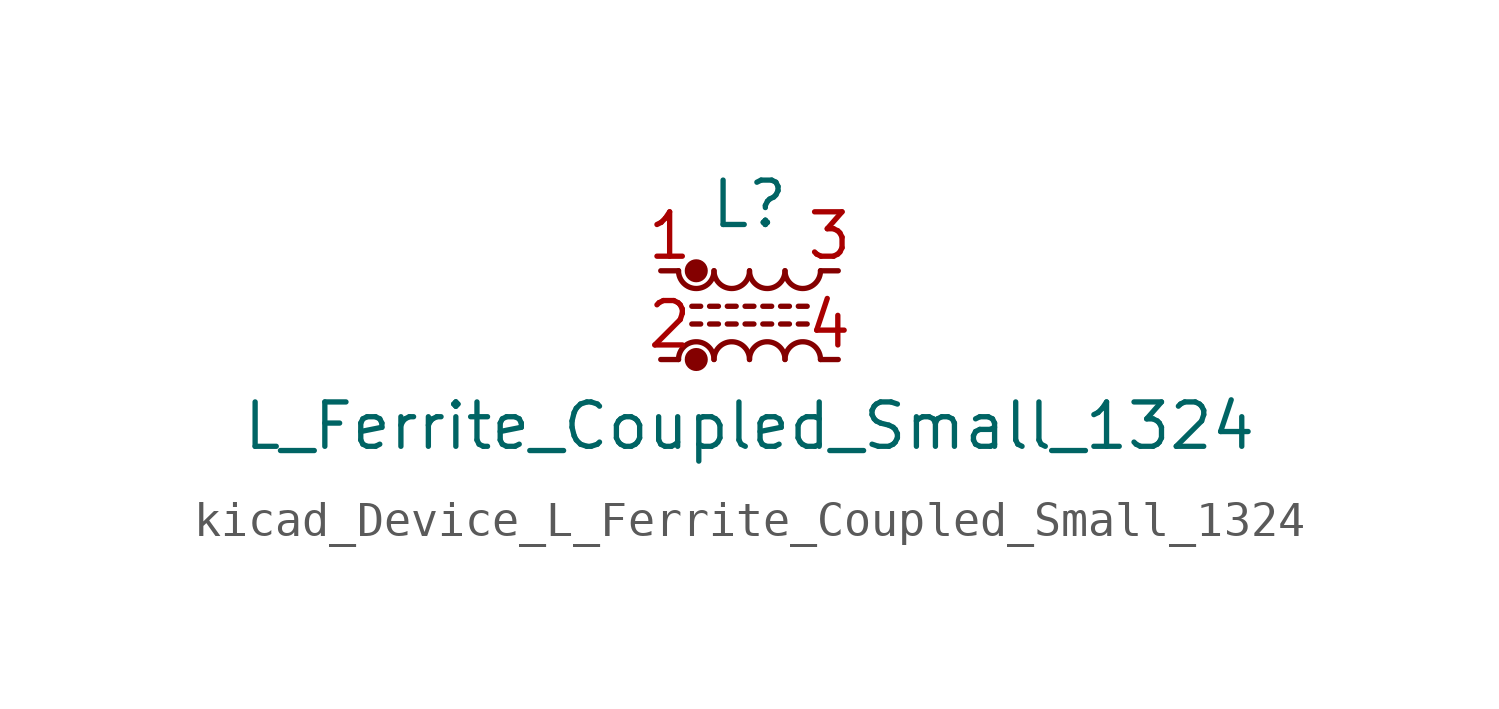
<source format=kicad_sym>
(kicad_symbol_lib
  (version 20220914)
  (generator kicad_symbol_editor)
  (symbol "kicad_Device_L_Ferrite_Coupled_Small_1324"
    (pin_names
      (offset 0.254) hide)
    (property "Reference" "L"
      (at 0 3.175 0)
      (effects (font (size 1.27 1.27))))
    (property "Value" "L_Ferrite_Coupled_Small_1324"
      (at 0 -3.175 0)
      (effects (font (size 1.27 1.27))))
    (symbol "kicad_Device_L_Ferrite_Coupled_Small_1324_0_1"
      (arc (start -2.032 1.27) (mid -1.524 0.7642) (end -1.016 1.27) (stroke (width 0) (type default)) (fill (type none)))
      (circle (center -1.524 -1.27) (radius 0.254) (stroke (width 0) (type default)) (fill (type outline)))
      (circle (center -1.524 1.27) (radius 0.254) (stroke (width 0) (type default)) (fill (type outline)))
      (arc (start -1.016 -1.27) (mid -1.524 -0.7642) (end -2.032 -1.27) (stroke (width 0) (type default)) (fill (type none)))
      (arc (start -1.016 1.27) (mid -0.508 0.7642) (end 0 1.27) (stroke (width 0) (type default)) (fill (type none)))
      (arc (start 0 -1.27) (mid -0.508 -0.7642) (end -1.016 -1.27) (stroke (width 0) (type default)) (fill (type none)))
      (polyline (pts (xy -1.651 0.254) (xy -1.397 0.254)) (stroke (width 0) (type default)) (fill (type none)))
      (polyline (pts (xy -1.397 -0.254) (xy -1.651 -0.254)) (stroke (width 0) (type default)) (fill (type none)))
      (polyline (pts (xy -1.143 0.254) (xy -0.889 0.254)) (stroke (width 0) (type default)) (fill (type none)))
      (polyline (pts (xy -0.889 -0.254) (xy -1.143 -0.254)) (stroke (width 0) (type default)) (fill (type none)))
      (polyline (pts (xy -0.635 0.254) (xy -0.381 0.254)) (stroke (width 0) (type default)) (fill (type none)))
      (polyline (pts (xy -0.381 -0.254) (xy -0.635 -0.254)) (stroke (width 0) (type default)) (fill (type none)))
      (polyline (pts (xy -0.127 0.254) (xy 0.127 0.254)) (stroke (width 0) (type default)) (fill (type none)))
      (polyline (pts (xy 0.127 -0.254) (xy -0.127 -0.254)) (stroke (width 0) (type default)) (fill (type none)))
      (polyline (pts (xy 0.381 0.254) (xy 0.635 0.254)) (stroke (width 0) (type default)) (fill (type none)))
      (polyline (pts (xy 0.635 -0.254) (xy 0.381 -0.254)) (stroke (width 0) (type default)) (fill (type none)))
      (polyline (pts (xy 0.889 0.254) (xy 1.143 0.254)) (stroke (width 0) (type default)) (fill (type none)))
      (polyline (pts (xy 1.143 -0.254) (xy 0.889 -0.254)) (stroke (width 0) (type default)) (fill (type none)))
      (polyline (pts (xy 1.397 0.254) (xy 1.651 0.254)) (stroke (width 0) (type default)) (fill (type none)))
      (polyline (pts (xy 1.651 -0.254) (xy 1.397 -0.254)) (stroke (width 0) (type default)) (fill (type none)))
      (arc (start 0 1.27) (mid 0.508 0.7642) (end 1.016 1.27) (stroke (width 0) (type default)) (fill (type none)))
      (arc (start 1.016 -1.27) (mid 0.508 -0.7642) (end 0 -1.27) (stroke (width 0) (type default)) (fill (type none)))
      (arc (start 1.016 1.27) (mid 1.524 0.7642) (end 2.032 1.27) (stroke (width 0) (type default)) (fill (type none)))
      (arc (start 2.032 -1.27) (mid 1.524 -0.7642) (end 1.016 -1.27) (stroke (width 0) (type default)) (fill (type none))))
    (symbol "kicad_Device_L_Ferrite_Coupled_Small_1324_1_1"
      (pin passive line (at -2.54 1.27 0) (length 0.508) (name "1" (effects (font (size 1.27 1.27)))) (number "1" (effects (font (size 1.27 1.27)))))
      (pin passive line (at -2.54 -1.27 0) (length 0.508) (name "2" (effects (font (size 1.27 1.27)))) (number "2" (effects (font (size 1.27 1.27)))))
      (pin passive line (at 2.54 1.27 180) (length 0.508) (name "3" (effects (font (size 1.27 1.27)))) (number "3" (effects (font (size 1.27 1.27)))))
      (pin passive line (at 2.54 -1.27 180) (length 0.508) (name "4" (effects (font (size 1.27 1.27)))) (number "4" (effects (font (size 1.27 1.27))))))))
</source>
